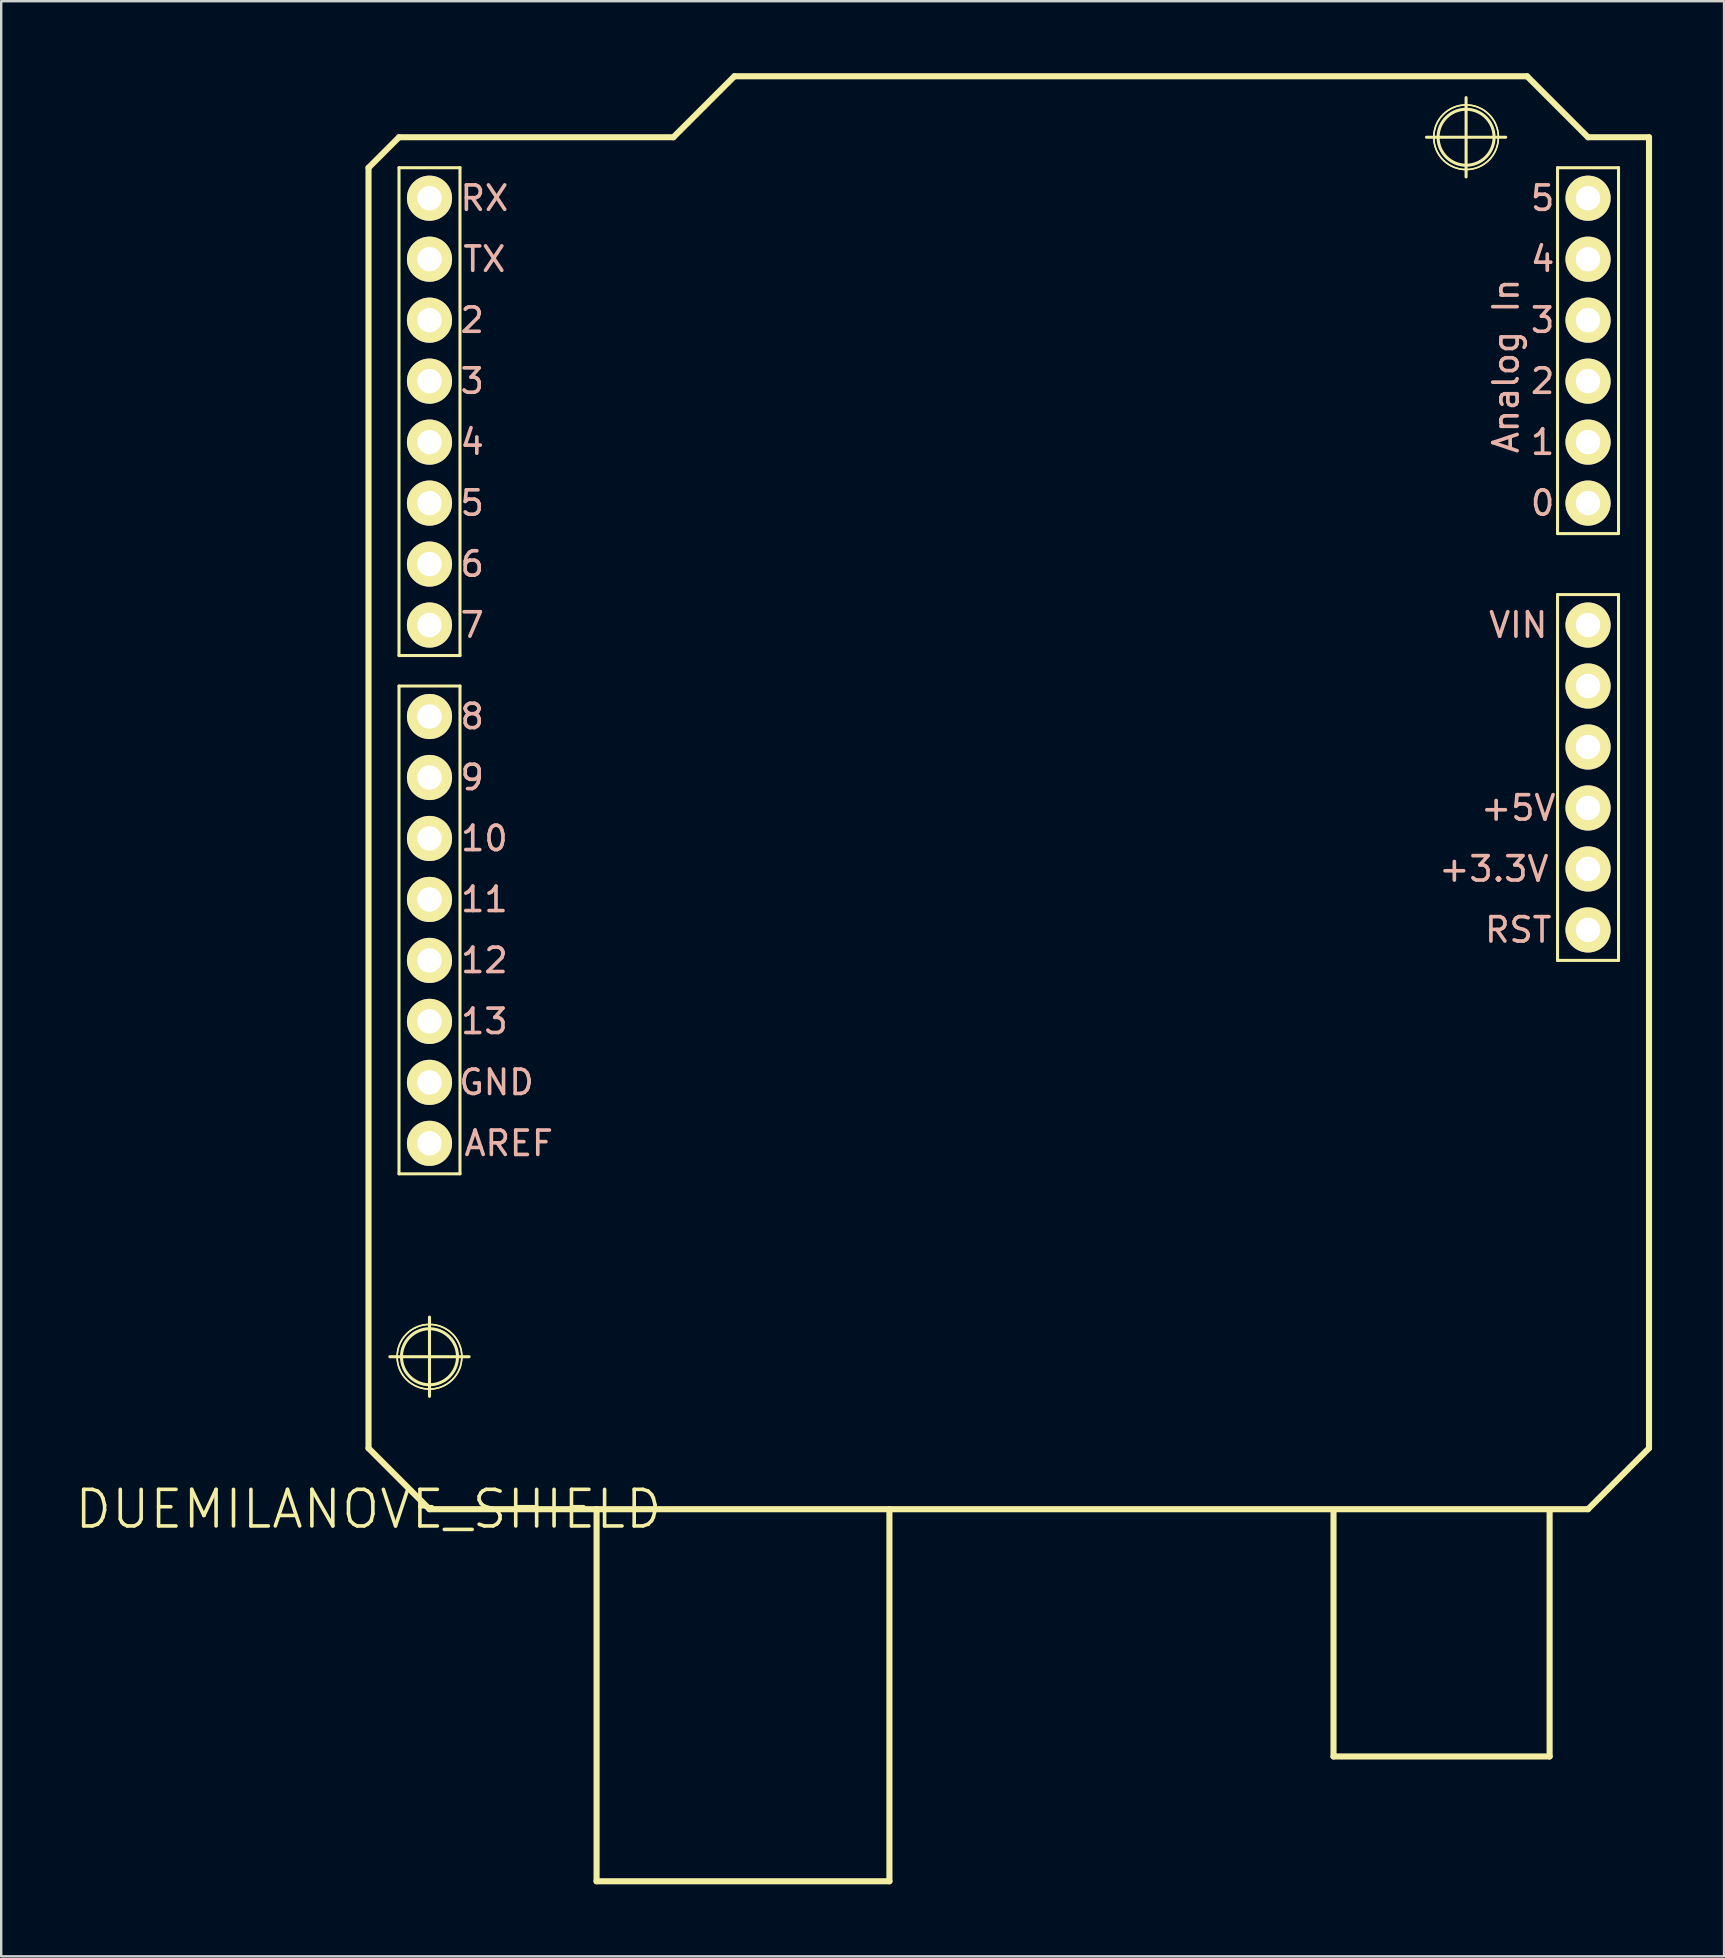
<source format=kicad_pcb>
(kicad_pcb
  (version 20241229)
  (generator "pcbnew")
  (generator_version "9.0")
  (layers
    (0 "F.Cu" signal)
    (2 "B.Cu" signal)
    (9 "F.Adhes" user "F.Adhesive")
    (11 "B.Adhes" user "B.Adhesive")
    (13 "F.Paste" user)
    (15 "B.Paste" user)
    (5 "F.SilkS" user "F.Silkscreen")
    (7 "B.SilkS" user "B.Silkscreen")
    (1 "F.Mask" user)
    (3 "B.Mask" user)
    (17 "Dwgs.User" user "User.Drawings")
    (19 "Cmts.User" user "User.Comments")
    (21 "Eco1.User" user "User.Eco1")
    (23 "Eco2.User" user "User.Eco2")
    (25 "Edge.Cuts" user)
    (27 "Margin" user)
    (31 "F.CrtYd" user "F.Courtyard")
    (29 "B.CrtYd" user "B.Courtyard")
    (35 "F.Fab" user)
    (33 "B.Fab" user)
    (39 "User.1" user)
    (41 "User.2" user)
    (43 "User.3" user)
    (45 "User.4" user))
  (footprint "DUEMILANOVE_SHIELD"
    (layer "F.Cu")
    (at 12.301 59.817)
    (property "Reference" "DUEMILANOVE_SHIELD" (at 0 0 0) (layer "F.SilkS") (effects (font (size 1.524 1.524) (thickness 0.15))))
    (attr exclude_from_pos_files exclude_from_bom)
    (fp_line (start 0 -55.88) (end 0 -2.54) (stroke (width 0.254) (type solid)) (layer "F.SilkS"))
    (fp_line (start 0 -2.54) (end 2.54 0) (stroke (width 0.254) (type solid)) (layer "F.SilkS"))
    (fp_line (start 0.889 -6.35) (end 4.191 -6.35) (stroke (width 0.127) (type solid)) (layer "F.SilkS"))
    (fp_line (start 1.27 -57.15) (end 0 -55.88) (stroke (width 0.254) (type solid)) (layer "F.SilkS"))
    (fp_line (start 1.27 -55.88) (end 3.81 -55.88) (stroke (width 0.127) (type solid)) (layer "F.SilkS"))
    (fp_line (start 1.27 -35.56) (end 1.27 -55.88) (stroke (width 0.127) (type solid)) (layer "F.SilkS"))
    (fp_line (start 1.27 -34.29) (end 3.81 -34.29) (stroke (width 0.127) (type solid)) (layer "F.SilkS"))
    (fp_line (start 1.27 -13.97) (end 1.27 -34.29) (stroke (width 0.127) (type solid)) (layer "F.SilkS"))
    (fp_line (start 2.54 -4.699) (end 2.54 -8.001) (stroke (width 0.127) (type solid)) (layer "F.SilkS"))
    (fp_line (start 2.54 0) (end 9.5 0) (stroke (width 0.254) (type solid)) (layer "F.SilkS"))
    (fp_line (start 3.81 -55.88) (end 3.81 -35.56) (stroke (width 0.127) (type solid)) (layer "F.SilkS"))
    (fp_line (start 3.81 -35.56) (end 1.27 -35.56) (stroke (width 0.127) (type solid)) (layer "F.SilkS"))
    (fp_line (start 3.81 -34.29) (end 3.81 -13.97) (stroke (width 0.127) (type solid)) (layer "F.SilkS"))
    (fp_line (start 3.81 -13.97) (end 1.27 -13.97) (stroke (width 0.127) (type solid)) (layer "F.SilkS"))
    (fp_line (start 9.5 0) (end 21.699 0) (stroke (width 0.254) (type solid)) (layer "F.SilkS"))
    (fp_line (start 9.5 15.499) (end 9.5 0) (stroke (width 0.254) (type solid)) (layer "F.SilkS"))
    (fp_line (start 9.5 15.499) (end 21.699 15.499) (stroke (width 0.254) (type solid)) (layer "F.SilkS"))
    (fp_line (start 12.7 -57.15) (end 1.27 -57.15) (stroke (width 0.254) (type solid)) (layer "F.SilkS"))
    (fp_line (start 15.24 -59.69) (end 12.7 -57.15) (stroke (width 0.254) (type solid)) (layer "F.SilkS"))
    (fp_line (start 21.699 0) (end 50.8 0) (stroke (width 0.254) (type solid)) (layer "F.SilkS"))
    (fp_line (start 21.699 15.499) (end 21.699 0) (stroke (width 0.254) (type solid)) (layer "F.SilkS"))
    (fp_line (start 40.198 10.3) (end 40.198 0.099) (stroke (width 0.254) (type solid)) (layer "F.SilkS"))
    (fp_line (start 40.198 10.3) (end 49.2 10.3) (stroke (width 0.254) (type solid)) (layer "F.SilkS"))
    (fp_line (start 44.069 -57.15) (end 47.371 -57.15) (stroke (width 0.127) (type solid)) (layer "F.SilkS"))
    (fp_line (start 45.72 -55.499) (end 45.72 -58.801) (stroke (width 0.127) (type solid)) (layer "F.SilkS"))
    (fp_line (start 48.26 -59.69) (end 15.24 -59.69) (stroke (width 0.254) (type solid)) (layer "F.SilkS"))
    (fp_line (start 49.2 10.3) (end 49.2 0.099) (stroke (width 0.254) (type solid)) (layer "F.SilkS"))
    (fp_line (start 49.53 -55.88) (end 52.07 -55.88) (stroke (width 0.127) (type solid)) (layer "F.SilkS"))
    (fp_line (start 49.53 -40.64) (end 49.53 -55.88) (stroke (width 0.127) (type solid)) (layer "F.SilkS"))
    (fp_line (start 49.53 -38.1) (end 49.53 -22.86) (stroke (width 0.127) (type solid)) (layer "F.SilkS"))
    (fp_line (start 49.53 -22.86) (end 52.07 -22.86) (stroke (width 0.127) (type solid)) (layer "F.SilkS"))
    (fp_line (start 50.8 -57.15) (end 48.26 -59.69) (stroke (width 0.254) (type solid)) (layer "F.SilkS"))
    (fp_line (start 50.8 0) (end 53.34 -2.54) (stroke (width 0.254) (type solid)) (layer "F.SilkS"))
    (fp_line (start 52.07 -55.88) (end 52.07 -40.64) (stroke (width 0.127) (type solid)) (layer "F.SilkS"))
    (fp_line (start 52.07 -40.64) (end 49.53 -40.64) (stroke (width 0.127) (type solid)) (layer "F.SilkS"))
    (fp_line (start 52.07 -38.1) (end 49.53 -38.1) (stroke (width 0.127) (type solid)) (layer "F.SilkS"))
    (fp_line (start 52.07 -22.86) (end 52.07 -38.1) (stroke (width 0.127) (type solid)) (layer "F.SilkS"))
    (fp_line (start 53.34 -57.15) (end 50.8 -57.15) (stroke (width 0.254) (type solid)) (layer "F.SilkS"))
    (fp_line (start 53.34 -2.54) (end 53.34 -57.15) (stroke (width 0.254) (type solid)) (layer "F.SilkS"))
    (fp_circle (center 2.54 -6.35) (end 3.365 -7.176) (stroke (width 0.127) (type solid)) (fill no) (layer "F.SilkS"))
    (fp_circle (center 2.54 -6.35) (end 3.493 -7.303) (stroke (width 0.064) (type solid)) (fill no) (layer "F.SilkS"))
    (fp_circle (center 2.54 -6.35) (end 3.493 -7.303) (stroke (width 0.064) (type solid)) (fill no) (layer "F.SilkS"))
    (fp_circle (center 45.72 -57.15) (end 46.545 -57.975) (stroke (width 0.127) (type solid)) (fill no) (layer "F.SilkS"))
    (fp_circle (center 45.72 -57.15) (end 46.672 -58.102) (stroke (width 0.064) (type solid)) (fill no) (layer "F.SilkS"))
    (fp_circle (center 45.72 -57.15) (end 46.672 -58.102) (stroke (width 0.064) (type solid)) (fill no) (layer "F.SilkS"))
    (fp_text user "8" (at 4.318 -33.02 0) (layer "B.SilkS") (effects (font (size 1.016 1.016) (thickness 0.152))))
    (fp_text user "0" (at 48.908 -41.91 180) (layer "B.SilkS") (effects (font (size 1.016 1.016) (thickness 0.152))))
    (fp_text user "6" (at 4.318 -39.37 0) (layer "B.SilkS") (effects (font (size 1.016 1.016) (thickness 0.152))))
    (fp_text user "3" (at 4.318 -46.99 0) (layer "B.SilkS") (effects (font (size 1.016 1.016) (thickness 0.152))))
    (fp_text user "+5V" (at 47.892 -29.21 180) (layer "B.SilkS") (effects (font (size 1.016 1.016) (thickness 0.152))))
    (fp_text user "RST" (at 47.892 -24.13 180) (layer "B.SilkS") (effects (font (size 1.016 1.016) (thickness 0.152))))
    (fp_text user "4" (at 4.318 -44.45 0) (layer "B.SilkS") (effects (font (size 1.016 1.016) (thickness 0.152))))
    (fp_text user "5" (at 4.318 -41.91 0) (layer "B.SilkS") (effects (font (size 1.016 1.016) (thickness 0.152))))
    (fp_text user "RX" (at 4.826 -54.61 0) (layer "B.SilkS") (effects (font (size 1.016 1.016) (thickness 0.152))))
    (fp_text user "+3.3V" (at 46.876 -26.67 180) (layer "B.SilkS") (effects (font (size 1.016 1.016) (thickness 0.152))))
    (fp_text user "GND" (at 5.334 -17.78 0) (layer "B.SilkS") (effects (font (size 1.016 1.016) (thickness 0.152))))
    (fp_text user "5" (at 48.908 -54.61 180) (layer "B.SilkS") (effects (font (size 1.016 1.016) (thickness 0.152))))
    (fp_text user "7" (at 4.318 -36.83 0) (layer "B.SilkS") (effects (font (size 1.016 1.016) (thickness 0.152))))
    (fp_text user "VIN" (at 47.892 -36.83 180) (layer "B.SilkS") (effects (font (size 1.016 1.016) (thickness 0.152))))
    (fp_text user "12" (at 4.826 -22.86 0) (layer "B.SilkS") (effects (font (size 1.016 1.016) (thickness 0.152))))
    (fp_text user "AREF" (at 5.842 -15.24 0) (layer "B.SilkS") (effects (font (size 1.016 1.016) (thickness 0.152))))
    (fp_text user "3" (at 48.908 -49.53 180) (layer "B.SilkS") (effects (font (size 1.016 1.016) (thickness 0.152))))
    (fp_text user "11" (at 4.826 -25.4 0) (layer "B.SilkS") (effects (font (size 1.016 1.016) (thickness 0.152))))
    (fp_text user "2" (at 4.318 -49.53 0) (layer "B.SilkS") (effects (font (size 1.016 1.016) (thickness 0.152))))
    (fp_text user "Analog In" (at 47.384 -47.625 270) (layer "B.SilkS") (effects (font (size 1.016 1.016) (thickness 0.152))))
    (fp_text user "4" (at 48.908 -52.07 180) (layer "B.SilkS") (effects (font (size 1.016 1.016) (thickness 0.152))))
    (fp_text user "9" (at 4.318 -30.48 0) (layer "B.SilkS") (effects (font (size 1.016 1.016) (thickness 0.152))))
    (fp_text user "13" (at 4.826 -20.32 0) (layer "B.SilkS") (effects (font (size 1.016 1.016) (thickness 0.152))))
    (fp_text user "2" (at 48.908 -46.99 180) (layer "B.SilkS") (effects (font (size 1.016 1.016) (thickness 0.152))))
    (fp_text user "TX" (at 4.826 -52.07 0) (layer "B.SilkS") (effects (font (size 1.016 1.016) (thickness 0.152))))
    (fp_text user "1" (at 48.908 -44.45 180) (layer "B.SilkS") (effects (font (size 1.016 1.016) (thickness 0.152))))
    (fp_text user "10" (at 4.826 -27.94 0) (layer "B.SilkS") (effects (font (size 1.016 1.016) (thickness 0.152))))
    (pad "3.3V" thru_hole circle (at 50.8 -26.67) (size 1.88 1.88) (drill 1.016) (layers "*.Cu" "F.Mask" "F.SilkS" "F.Paste"))
    (pad "5V" thru_hole circle (at 50.8 -29.21) (size 1.88 1.88) (drill 1.016) (layers "*.Cu" "F.Mask" "F.SilkS" "F.Paste"))
    (pad "A0" thru_hole circle (at 50.8 -41.91) (size 1.88 1.88) (drill 1.016) (layers "*.Cu" "F.Mask" "F.SilkS" "F.Paste"))
    (pad "A1" thru_hole circle (at 50.8 -44.45) (size 1.88 1.88) (drill 1.016) (layers "*.Cu" "F.Mask" "F.SilkS" "F.Paste"))
    (pad "A2" thru_hole circle (at 50.8 -46.99) (size 1.88 1.88) (drill 1.016) (layers "*.Cu" "F.Mask" "F.SilkS" "F.Paste"))
    (pad "A3" thru_hole circle (at 50.8 -49.53) (size 1.88 1.88) (drill 1.016) (layers "*.Cu" "F.Mask" "F.SilkS" "F.Paste"))
    (pad "A4" thru_hole circle (at 50.8 -52.07) (size 1.88 1.88) (drill 1.016) (layers "*.Cu" "F.Mask" "F.SilkS" "F.Paste"))
    (pad "A5" thru_hole circle (at 50.8 -54.61) (size 1.88 1.88) (drill 1.016) (layers "*.Cu" "F.Mask" "F.SilkS" "F.Paste"))
    (pad "AREF" thru_hole circle (at 2.54 -15.24) (size 1.88 1.88) (drill 1.016) (layers "*.Cu" "F.Mask" "F.SilkS" "F.Paste"))
    (pad "D2" thru_hole circle (at 2.54 -49.53) (size 1.88 1.88) (drill 1.016) (layers "*.Cu" "F.Mask" "F.SilkS" "F.Paste"))
    (pad "D3" thru_hole circle (at 2.54 -46.99) (size 1.88 1.88) (drill 1.016) (layers "*.Cu" "F.Mask" "F.SilkS" "F.Paste"))
    (pad "D4" thru_hole circle (at 2.54 -44.45) (size 1.88 1.88) (drill 1.016) (layers "*.Cu" "F.Mask" "F.SilkS" "F.Paste"))
    (pad "D5" thru_hole circle (at 2.54 -41.91) (size 1.88 1.88) (drill 1.016) (layers "*.Cu" "F.Mask" "F.SilkS" "F.Paste"))
    (pad "D6" thru_hole circle (at 2.54 -39.37) (size 1.88 1.88) (drill 1.016) (layers "*.Cu" "F.Mask" "F.SilkS" "F.Paste"))
    (pad "D7" thru_hole circle (at 2.54 -36.83) (size 1.88 1.88) (drill 1.016) (layers "*.Cu" "F.Mask" "F.SilkS" "F.Paste"))
    (pad "D8" thru_hole circle (at 2.54 -33.02) (size 1.88 1.88) (drill 1.016) (layers "*.Cu" "F.Mask" "F.SilkS" "F.Paste"))
    (pad "D9" thru_hole circle (at 2.54 -30.48) (size 1.88 1.88) (drill 1.016) (layers "*.Cu" "F.Mask" "F.SilkS" "F.Paste"))
    (pad "D10" thru_hole circle (at 2.54 -27.94) (size 1.88 1.88) (drill 1.016) (layers "*.Cu" "F.Mask" "F.SilkS" "F.Paste"))
    (pad "D11" thru_hole circle (at 2.54 -25.4) (size 1.88 1.88) (drill 1.016) (layers "*.Cu" "F.Mask" "F.SilkS" "F.Paste"))
    (pad "D12" thru_hole circle (at 2.54 -22.86) (size 1.88 1.88) (drill 1.016) (layers "*.Cu" "F.Mask" "F.SilkS" "F.Paste"))
    (pad "D13" thru_hole circle (at 2.54 -20.32) (size 1.88 1.88) (drill 1.016) (layers "*.Cu" "F.Mask" "F.SilkS" "F.Paste"))
    (pad "GND@" thru_hole circle (at 2.54 -17.78) (size 1.88 1.88) (drill 1.016) (layers "*.Cu" "F.Mask" "F.SilkS" "F.Paste"))
    (pad "GND@" thru_hole circle (at 50.8 -34.29) (size 1.88 1.88) (drill 1.016) (layers "*.Cu" "F.Mask" "F.SilkS" "F.Paste"))
    (pad "GND@" thru_hole circle (at 50.8 -31.75) (size 1.88 1.88) (drill 1.016) (layers "*.Cu" "F.Mask" "F.SilkS" "F.Paste"))
    (pad "RES" thru_hole circle (at 50.8 -24.13) (size 1.88 1.88) (drill 1.016) (layers "*.Cu" "F.Mask" "F.SilkS" "F.Paste"))
    (pad "RX" thru_hole circle (at 2.54 -54.61) (size 1.88 1.88) (drill 1.016) (layers "*.Cu" "F.Mask" "F.SilkS" "F.Paste"))
    (pad "TX" thru_hole circle (at 2.54 -52.07) (size 1.88 1.88) (drill 1.016) (layers "*.Cu" "F.Mask" "F.SilkS" "F.Paste"))
    (pad "VIN" thru_hole circle (at 50.8 -36.83) (size 1.88 1.88) (drill 1.016) (layers "*.Cu" "F.Mask" "F.SilkS" "F.Paste")))
  (gr_rect
    (start -3 -3)
    (end 68.768 78.443)
    (stroke (width 0.1) (type default))
    (fill no)
    (layer "Edge.Cuts")))
</source>
